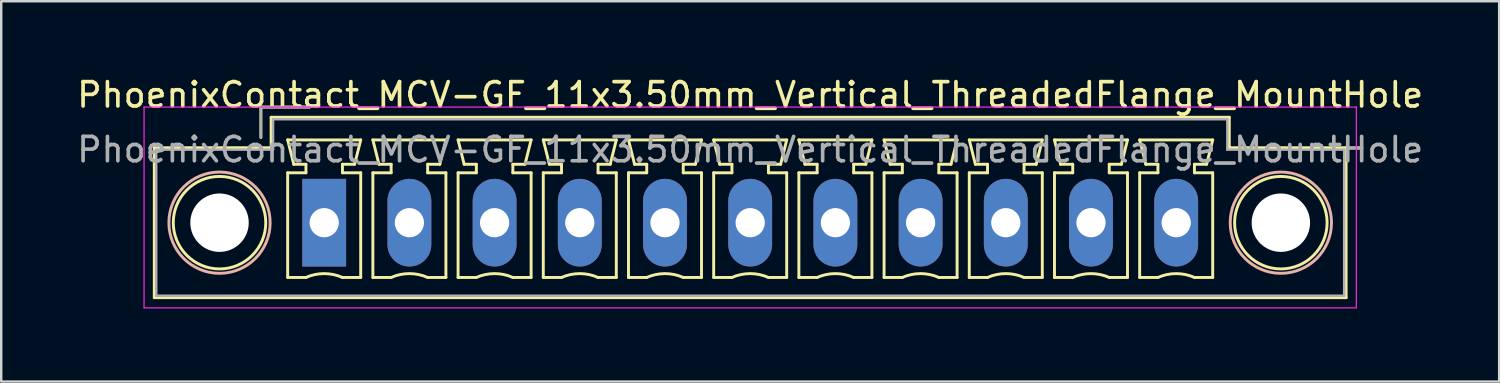
<source format=kicad_pcb>
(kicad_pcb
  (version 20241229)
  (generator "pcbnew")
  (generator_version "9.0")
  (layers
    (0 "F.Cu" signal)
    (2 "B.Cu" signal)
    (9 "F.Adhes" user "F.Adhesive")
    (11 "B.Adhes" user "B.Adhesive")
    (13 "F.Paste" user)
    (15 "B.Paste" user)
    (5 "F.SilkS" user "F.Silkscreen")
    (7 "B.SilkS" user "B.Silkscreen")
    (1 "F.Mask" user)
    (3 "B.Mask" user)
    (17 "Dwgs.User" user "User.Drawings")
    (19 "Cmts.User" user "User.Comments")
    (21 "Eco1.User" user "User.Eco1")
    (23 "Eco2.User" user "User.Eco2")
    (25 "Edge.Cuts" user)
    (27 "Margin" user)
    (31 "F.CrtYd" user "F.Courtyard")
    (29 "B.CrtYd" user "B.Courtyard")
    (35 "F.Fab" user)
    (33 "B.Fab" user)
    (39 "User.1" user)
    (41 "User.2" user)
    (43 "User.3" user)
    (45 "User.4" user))
  (footprint "PhoenixContact_MCV-GF_11x3.50mm_Vertical_ThreadedFlange_MountHole"
    (layer "F.Cu")
    (at 10.268 6.098)
    (property "Reference" "PhoenixContact_MCV-GF_11x3.50mm_Vertical_ThreadedFlange_MountHole" (at 17.5 -5.25 0) (layer "F.SilkS") (effects (font (size 1 1) (thickness 0.15))))
    (attr through_hole)
    (fp_line (start -6.98 -3.08) (end -6.98 3.08) (stroke (width 0.12) (type solid)) (layer "F.SilkS"))
    (fp_line (start -6.98 3.08) (end 41.98 3.08) (stroke (width 0.12) (type solid)) (layer "F.SilkS"))
    (fp_line (start -2.6 -4.75) (end -0.6 -4.75) (stroke (width 0.12) (type solid)) (layer "F.SilkS"))
    (fp_line (start -2.6 -3.5) (end -2.6 -4.75) (stroke (width 0.12) (type solid)) (layer "F.SilkS"))
    (fp_line (start -2.18 -4.33) (end -2.18 -3.08) (stroke (width 0.12) (type solid)) (layer "F.SilkS"))
    (fp_line (start -2.18 -3.08) (end -6.98 -3.08) (stroke (width 0.12) (type solid)) (layer "F.SilkS"))
    (fp_line (start -1.5 -3.4) (end 1.5 -3.4) (stroke (width 0.12) (type solid)) (layer "F.SilkS"))
    (fp_line (start -1.5 -2.05) (end -0.75 -2.05) (stroke (width 0.12) (type solid)) (layer "F.SilkS"))
    (fp_line (start -1.5 2.25) (end -1.5 -2.05) (stroke (width 0.12) (type solid)) (layer "F.SilkS"))
    (fp_line (start -1.25 -2.4) (end -1.5 -3.4) (stroke (width 0.12) (type solid)) (layer "F.SilkS"))
    (fp_line (start -0.75 -2.4) (end -1.25 -2.4) (stroke (width 0.12) (type solid)) (layer "F.SilkS"))
    (fp_line (start -0.75 -2.05) (end -0.75 -2.4) (stroke (width 0.12) (type solid)) (layer "F.SilkS"))
    (fp_line (start -0.75 2.25) (end -1.5 2.25) (stroke (width 0.12) (type solid)) (layer "F.SilkS"))
    (fp_line (start 0.75 -2.4) (end 0.75 -2.05) (stroke (width 0.12) (type solid)) (layer "F.SilkS"))
    (fp_line (start 0.75 -2.05) (end 1.5 -2.05) (stroke (width 0.12) (type solid)) (layer "F.SilkS"))
    (fp_line (start 1.25 -2.4) (end 0.75 -2.4) (stroke (width 0.12) (type solid)) (layer "F.SilkS"))
    (fp_line (start 1.5 -3.4) (end 1.25 -2.4) (stroke (width 0.12) (type solid)) (layer "F.SilkS"))
    (fp_line (start 1.5 -2.05) (end 1.5 2.25) (stroke (width 0.12) (type solid)) (layer "F.SilkS"))
    (fp_line (start 1.5 2.25) (end 0.75 2.25) (stroke (width 0.12) (type solid)) (layer "F.SilkS"))
    (fp_line (start 2 -3.4) (end 5 -3.4) (stroke (width 0.12) (type solid)) (layer "F.SilkS"))
    (fp_line (start 2 -2.05) (end 2.75 -2.05) (stroke (width 0.12) (type solid)) (layer "F.SilkS"))
    (fp_line (start 2 2.25) (end 2 -2.05) (stroke (width 0.12) (type solid)) (layer "F.SilkS"))
    (fp_line (start 2.25 -2.4) (end 2 -3.4) (stroke (width 0.12) (type solid)) (layer "F.SilkS"))
    (fp_line (start 2.75 -2.4) (end 2.25 -2.4) (stroke (width 0.12) (type solid)) (layer "F.SilkS"))
    (fp_line (start 2.75 -2.05) (end 2.75 -2.4) (stroke (width 0.12) (type solid)) (layer "F.SilkS"))
    (fp_line (start 2.75 2.25) (end 2 2.25) (stroke (width 0.12) (type solid)) (layer "F.SilkS"))
    (fp_line (start 4.25 -2.4) (end 4.25 -2.05) (stroke (width 0.12) (type solid)) (layer "F.SilkS"))
    (fp_line (start 4.25 -2.05) (end 5 -2.05) (stroke (width 0.12) (type solid)) (layer "F.SilkS"))
    (fp_line (start 4.75 -2.4) (end 4.25 -2.4) (stroke (width 0.12) (type solid)) (layer "F.SilkS"))
    (fp_line (start 5 -3.4) (end 4.75 -2.4) (stroke (width 0.12) (type solid)) (layer "F.SilkS"))
    (fp_line (start 5 -2.05) (end 5 2.25) (stroke (width 0.12) (type solid)) (layer "F.SilkS"))
    (fp_line (start 5 2.25) (end 4.25 2.25) (stroke (width 0.12) (type solid)) (layer "F.SilkS"))
    (fp_line (start 5.5 -3.4) (end 8.5 -3.4) (stroke (width 0.12) (type solid)) (layer "F.SilkS"))
    (fp_line (start 5.5 -2.05) (end 6.25 -2.05) (stroke (width 0.12) (type solid)) (layer "F.SilkS"))
    (fp_line (start 5.5 2.25) (end 5.5 -2.05) (stroke (width 0.12) (type solid)) (layer "F.SilkS"))
    (fp_line (start 5.75 -2.4) (end 5.5 -3.4) (stroke (width 0.12) (type solid)) (layer "F.SilkS"))
    (fp_line (start 6.25 -2.4) (end 5.75 -2.4) (stroke (width 0.12) (type solid)) (layer "F.SilkS"))
    (fp_line (start 6.25 -2.05) (end 6.25 -2.4) (stroke (width 0.12) (type solid)) (layer "F.SilkS"))
    (fp_line (start 6.25 2.25) (end 5.5 2.25) (stroke (width 0.12) (type solid)) (layer "F.SilkS"))
    (fp_line (start 7.75 -2.4) (end 7.75 -2.05) (stroke (width 0.12) (type solid)) (layer "F.SilkS"))
    (fp_line (start 7.75 -2.05) (end 8.5 -2.05) (stroke (width 0.12) (type solid)) (layer "F.SilkS"))
    (fp_line (start 8.25 -2.4) (end 7.75 -2.4) (stroke (width 0.12) (type solid)) (layer "F.SilkS"))
    (fp_line (start 8.5 -3.4) (end 8.25 -2.4) (stroke (width 0.12) (type solid)) (layer "F.SilkS"))
    (fp_line (start 8.5 -2.05) (end 8.5 2.25) (stroke (width 0.12) (type solid)) (layer "F.SilkS"))
    (fp_line (start 8.5 2.25) (end 7.75 2.25) (stroke (width 0.12) (type solid)) (layer "F.SilkS"))
    (fp_line (start 9 -3.4) (end 12 -3.4) (stroke (width 0.12) (type solid)) (layer "F.SilkS"))
    (fp_line (start 9 -2.05) (end 9.75 -2.05) (stroke (width 0.12) (type solid)) (layer "F.SilkS"))
    (fp_line (start 9 2.25) (end 9 -2.05) (stroke (width 0.12) (type solid)) (layer "F.SilkS"))
    (fp_line (start 9.25 -2.4) (end 9 -3.4) (stroke (width 0.12) (type solid)) (layer "F.SilkS"))
    (fp_line (start 9.75 -2.4) (end 9.25 -2.4) (stroke (width 0.12) (type solid)) (layer "F.SilkS"))
    (fp_line (start 9.75 -2.05) (end 9.75 -2.4) (stroke (width 0.12) (type solid)) (layer "F.SilkS"))
    (fp_line (start 9.75 2.25) (end 9 2.25) (stroke (width 0.12) (type solid)) (layer "F.SilkS"))
    (fp_line (start 11.25 -2.4) (end 11.25 -2.05) (stroke (width 0.12) (type solid)) (layer "F.SilkS"))
    (fp_line (start 11.25 -2.05) (end 12 -2.05) (stroke (width 0.12) (type solid)) (layer "F.SilkS"))
    (fp_line (start 11.75 -2.4) (end 11.25 -2.4) (stroke (width 0.12) (type solid)) (layer "F.SilkS"))
    (fp_line (start 12 -3.4) (end 11.75 -2.4) (stroke (width 0.12) (type solid)) (layer "F.SilkS"))
    (fp_line (start 12 -2.05) (end 12 2.25) (stroke (width 0.12) (type solid)) (layer "F.SilkS"))
    (fp_line (start 12 2.25) (end 11.25 2.25) (stroke (width 0.12) (type solid)) (layer "F.SilkS"))
    (fp_line (start 12.5 -3.4) (end 15.5 -3.4) (stroke (width 0.12) (type solid)) (layer "F.SilkS"))
    (fp_line (start 12.5 -2.05) (end 13.25 -2.05) (stroke (width 0.12) (type solid)) (layer "F.SilkS"))
    (fp_line (start 12.5 2.25) (end 12.5 -2.05) (stroke (width 0.12) (type solid)) (layer "F.SilkS"))
    (fp_line (start 12.75 -2.4) (end 12.5 -3.4) (stroke (width 0.12) (type solid)) (layer "F.SilkS"))
    (fp_line (start 13.25 -2.4) (end 12.75 -2.4) (stroke (width 0.12) (type solid)) (layer "F.SilkS"))
    (fp_line (start 13.25 -2.05) (end 13.25 -2.4) (stroke (width 0.12) (type solid)) (layer "F.SilkS"))
    (fp_line (start 13.25 2.25) (end 12.5 2.25) (stroke (width 0.12) (type solid)) (layer "F.SilkS"))
    (fp_line (start 14.75 -2.4) (end 14.75 -2.05) (stroke (width 0.12) (type solid)) (layer "F.SilkS"))
    (fp_line (start 14.75 -2.05) (end 15.5 -2.05) (stroke (width 0.12) (type solid)) (layer "F.SilkS"))
    (fp_line (start 15.25 -2.4) (end 14.75 -2.4) (stroke (width 0.12) (type solid)) (layer "F.SilkS"))
    (fp_line (start 15.5 -3.4) (end 15.25 -2.4) (stroke (width 0.12) (type solid)) (layer "F.SilkS"))
    (fp_line (start 15.5 -2.05) (end 15.5 2.25) (stroke (width 0.12) (type solid)) (layer "F.SilkS"))
    (fp_line (start 15.5 2.25) (end 14.75 2.25) (stroke (width 0.12) (type solid)) (layer "F.SilkS"))
    (fp_line (start 16 -3.4) (end 19 -3.4) (stroke (width 0.12) (type solid)) (layer "F.SilkS"))
    (fp_line (start 16 -2.05) (end 16.75 -2.05) (stroke (width 0.12) (type solid)) (layer "F.SilkS"))
    (fp_line (start 16 2.25) (end 16 -2.05) (stroke (width 0.12) (type solid)) (layer "F.SilkS"))
    (fp_line (start 16.25 -2.4) (end 16 -3.4) (stroke (width 0.12) (type solid)) (layer "F.SilkS"))
    (fp_line (start 16.75 -2.4) (end 16.25 -2.4) (stroke (width 0.12) (type solid)) (layer "F.SilkS"))
    (fp_line (start 16.75 -2.05) (end 16.75 -2.4) (stroke (width 0.12) (type solid)) (layer "F.SilkS"))
    (fp_line (start 16.75 2.25) (end 16 2.25) (stroke (width 0.12) (type solid)) (layer "F.SilkS"))
    (fp_line (start 18.25 -2.4) (end 18.25 -2.05) (stroke (width 0.12) (type solid)) (layer "F.SilkS"))
    (fp_line (start 18.25 -2.05) (end 19 -2.05) (stroke (width 0.12) (type solid)) (layer "F.SilkS"))
    (fp_line (start 18.75 -2.4) (end 18.25 -2.4) (stroke (width 0.12) (type solid)) (layer "F.SilkS"))
    (fp_line (start 19 -3.4) (end 18.75 -2.4) (stroke (width 0.12) (type solid)) (layer "F.SilkS"))
    (fp_line (start 19 -2.05) (end 19 2.25) (stroke (width 0.12) (type solid)) (layer "F.SilkS"))
    (fp_line (start 19 2.25) (end 18.25 2.25) (stroke (width 0.12) (type solid)) (layer "F.SilkS"))
    (fp_line (start 19.5 -3.4) (end 22.5 -3.4) (stroke (width 0.12) (type solid)) (layer "F.SilkS"))
    (fp_line (start 19.5 -2.05) (end 20.25 -2.05) (stroke (width 0.12) (type solid)) (layer "F.SilkS"))
    (fp_line (start 19.5 2.25) (end 19.5 -2.05) (stroke (width 0.12) (type solid)) (layer "F.SilkS"))
    (fp_line (start 19.75 -2.4) (end 19.5 -3.4) (stroke (width 0.12) (type solid)) (layer "F.SilkS"))
    (fp_line (start 20.25 -2.4) (end 19.75 -2.4) (stroke (width 0.12) (type solid)) (layer "F.SilkS"))
    (fp_line (start 20.25 -2.05) (end 20.25 -2.4) (stroke (width 0.12) (type solid)) (layer "F.SilkS"))
    (fp_line (start 20.25 2.25) (end 19.5 2.25) (stroke (width 0.12) (type solid)) (layer "F.SilkS"))
    (fp_line (start 21.75 -2.4) (end 21.75 -2.05) (stroke (width 0.12) (type solid)) (layer "F.SilkS"))
    (fp_line (start 21.75 -2.05) (end 22.5 -2.05) (stroke (width 0.12) (type solid)) (layer "F.SilkS"))
    (fp_line (start 22.25 -2.4) (end 21.75 -2.4) (stroke (width 0.12) (type solid)) (layer "F.SilkS"))
    (fp_line (start 22.5 -3.4) (end 22.25 -2.4) (stroke (width 0.12) (type solid)) (layer "F.SilkS"))
    (fp_line (start 22.5 -2.05) (end 22.5 2.25) (stroke (width 0.12) (type solid)) (layer "F.SilkS"))
    (fp_line (start 22.5 2.25) (end 21.75 2.25) (stroke (width 0.12) (type solid)) (layer "F.SilkS"))
    (fp_line (start 23 -3.4) (end 26 -3.4) (stroke (width 0.12) (type solid)) (layer "F.SilkS"))
    (fp_line (start 23 -2.05) (end 23.75 -2.05) (stroke (width 0.12) (type solid)) (layer "F.SilkS"))
    (fp_line (start 23 2.25) (end 23 -2.05) (stroke (width 0.12) (type solid)) (layer "F.SilkS"))
    (fp_line (start 23.25 -2.4) (end 23 -3.4) (stroke (width 0.12) (type solid)) (layer "F.SilkS"))
    (fp_line (start 23.75 -2.4) (end 23.25 -2.4) (stroke (width 0.12) (type solid)) (layer "F.SilkS"))
    (fp_line (start 23.75 -2.05) (end 23.75 -2.4) (stroke (width 0.12) (type solid)) (layer "F.SilkS"))
    (fp_line (start 23.75 2.25) (end 23 2.25) (stroke (width 0.12) (type solid)) (layer "F.SilkS"))
    (fp_line (start 25.25 -2.4) (end 25.25 -2.05) (stroke (width 0.12) (type solid)) (layer "F.SilkS"))
    (fp_line (start 25.25 -2.05) (end 26 -2.05) (stroke (width 0.12) (type solid)) (layer "F.SilkS"))
    (fp_line (start 25.75 -2.4) (end 25.25 -2.4) (stroke (width 0.12) (type solid)) (layer "F.SilkS"))
    (fp_line (start 26 -3.4) (end 25.75 -2.4) (stroke (width 0.12) (type solid)) (layer "F.SilkS"))
    (fp_line (start 26 -2.05) (end 26 2.25) (stroke (width 0.12) (type solid)) (layer "F.SilkS"))
    (fp_line (start 26 2.25) (end 25.25 2.25) (stroke (width 0.12) (type solid)) (layer "F.SilkS"))
    (fp_line (start 26.5 -3.4) (end 29.5 -3.4) (stroke (width 0.12) (type solid)) (layer "F.SilkS"))
    (fp_line (start 26.5 -2.05) (end 27.25 -2.05) (stroke (width 0.12) (type solid)) (layer "F.SilkS"))
    (fp_line (start 26.5 2.25) (end 26.5 -2.05) (stroke (width 0.12) (type solid)) (layer "F.SilkS"))
    (fp_line (start 26.75 -2.4) (end 26.5 -3.4) (stroke (width 0.12) (type solid)) (layer "F.SilkS"))
    (fp_line (start 27.25 -2.4) (end 26.75 -2.4) (stroke (width 0.12) (type solid)) (layer "F.SilkS"))
    (fp_line (start 27.25 -2.05) (end 27.25 -2.4) (stroke (width 0.12) (type solid)) (layer "F.SilkS"))
    (fp_line (start 27.25 2.25) (end 26.5 2.25) (stroke (width 0.12) (type solid)) (layer "F.SilkS"))
    (fp_line (start 28.75 -2.4) (end 28.75 -2.05) (stroke (width 0.12) (type solid)) (layer "F.SilkS"))
    (fp_line (start 28.75 -2.05) (end 29.5 -2.05) (stroke (width 0.12) (type solid)) (layer "F.SilkS"))
    (fp_line (start 29.25 -2.4) (end 28.75 -2.4) (stroke (width 0.12) (type solid)) (layer "F.SilkS"))
    (fp_line (start 29.5 -3.4) (end 29.25 -2.4) (stroke (width 0.12) (type solid)) (layer "F.SilkS"))
    (fp_line (start 29.5 -2.05) (end 29.5 2.25) (stroke (width 0.12) (type solid)) (layer "F.SilkS"))
    (fp_line (start 29.5 2.25) (end 28.75 2.25) (stroke (width 0.12) (type solid)) (layer "F.SilkS"))
    (fp_line (start 30 -3.4) (end 33 -3.4) (stroke (width 0.12) (type solid)) (layer "F.SilkS"))
    (fp_line (start 30 -2.05) (end 30.75 -2.05) (stroke (width 0.12) (type solid)) (layer "F.SilkS"))
    (fp_line (start 30 2.25) (end 30 -2.05) (stroke (width 0.12) (type solid)) (layer "F.SilkS"))
    (fp_line (start 30.25 -2.4) (end 30 -3.4) (stroke (width 0.12) (type solid)) (layer "F.SilkS"))
    (fp_line (start 30.75 -2.4) (end 30.25 -2.4) (stroke (width 0.12) (type solid)) (layer "F.SilkS"))
    (fp_line (start 30.75 -2.05) (end 30.75 -2.4) (stroke (width 0.12) (type solid)) (layer "F.SilkS"))
    (fp_line (start 30.75 2.25) (end 30 2.25) (stroke (width 0.12) (type solid)) (layer "F.SilkS"))
    (fp_line (start 32.25 -2.4) (end 32.25 -2.05) (stroke (width 0.12) (type solid)) (layer "F.SilkS"))
    (fp_line (start 32.25 -2.05) (end 33 -2.05) (stroke (width 0.12) (type solid)) (layer "F.SilkS"))
    (fp_line (start 32.75 -2.4) (end 32.25 -2.4) (stroke (width 0.12) (type solid)) (layer "F.SilkS"))
    (fp_line (start 33 -3.4) (end 32.75 -2.4) (stroke (width 0.12) (type solid)) (layer "F.SilkS"))
    (fp_line (start 33 -2.05) (end 33 2.25) (stroke (width 0.12) (type solid)) (layer "F.SilkS"))
    (fp_line (start 33 2.25) (end 32.25 2.25) (stroke (width 0.12) (type solid)) (layer "F.SilkS"))
    (fp_line (start 33.5 -3.4) (end 36.5 -3.4) (stroke (width 0.12) (type solid)) (layer "F.SilkS"))
    (fp_line (start 33.5 -2.05) (end 34.25 -2.05) (stroke (width 0.12) (type solid)) (layer "F.SilkS"))
    (fp_line (start 33.5 2.25) (end 33.5 -2.05) (stroke (width 0.12) (type solid)) (layer "F.SilkS"))
    (fp_line (start 33.75 -2.4) (end 33.5 -3.4) (stroke (width 0.12) (type solid)) (layer "F.SilkS"))
    (fp_line (start 34.25 -2.4) (end 33.75 -2.4) (stroke (width 0.12) (type solid)) (layer "F.SilkS"))
    (fp_line (start 34.25 -2.05) (end 34.25 -2.4) (stroke (width 0.12) (type solid)) (layer "F.SilkS"))
    (fp_line (start 34.25 2.25) (end 33.5 2.25) (stroke (width 0.12) (type solid)) (layer "F.SilkS"))
    (fp_line (start 35.75 -2.4) (end 35.75 -2.05) (stroke (width 0.12) (type solid)) (layer "F.SilkS"))
    (fp_line (start 35.75 -2.05) (end 36.5 -2.05) (stroke (width 0.12) (type solid)) (layer "F.SilkS"))
    (fp_line (start 36.25 -2.4) (end 35.75 -2.4) (stroke (width 0.12) (type solid)) (layer "F.SilkS"))
    (fp_line (start 36.5 -3.4) (end 36.25 -2.4) (stroke (width 0.12) (type solid)) (layer "F.SilkS"))
    (fp_line (start 36.5 -2.05) (end 36.5 2.25) (stroke (width 0.12) (type solid)) (layer "F.SilkS"))
    (fp_line (start 36.5 2.25) (end 35.75 2.25) (stroke (width 0.12) (type solid)) (layer "F.SilkS"))
    (fp_line (start 37.18 -4.33) (end -2.18 -4.33) (stroke (width 0.12) (type solid)) (layer "F.SilkS"))
    (fp_line (start 37.18 -3.08) (end 37.18 -4.33) (stroke (width 0.12) (type solid)) (layer "F.SilkS"))
    (fp_line (start 41.98 -3.08) (end 37.18 -3.08) (stroke (width 0.12) (type solid)) (layer "F.SilkS"))
    (fp_line (start 41.98 3.08) (end 41.98 -3.08) (stroke (width 0.12) (type solid)) (layer "F.SilkS"))
    (fp_arc (start -0.75 2.25) (mid -0.000193 2.09191) (end 0.749647 2.249844) (stroke (width 0.12) (type solid)) (layer "F.SilkS"))
    (fp_arc (start 2.75 2.25) (mid 3.499807 2.09191) (end 4.249647 2.249844) (stroke (width 0.12) (type solid)) (layer "F.SilkS"))
    (fp_arc (start 6.25 2.25) (mid 6.999807 2.09191) (end 7.749647 2.249844) (stroke (width 0.12) (type solid)) (layer "F.SilkS"))
    (fp_arc (start 9.75 2.25) (mid 10.499807 2.09191) (end 11.249647 2.249844) (stroke (width 0.12) (type solid)) (layer "F.SilkS"))
    (fp_arc (start 13.25 2.25) (mid 13.999807 2.09191) (end 14.749647 2.249844) (stroke (width 0.12) (type solid)) (layer "F.SilkS"))
    (fp_arc (start 16.75 2.25) (mid 17.499807 2.09191) (end 18.249647 2.249844) (stroke (width 0.12) (type solid)) (layer "F.SilkS"))
    (fp_arc (start 20.25 2.25) (mid 20.999807 2.09191) (end 21.749647 2.249844) (stroke (width 0.12) (type solid)) (layer "F.SilkS"))
    (fp_arc (start 23.75 2.25) (mid 24.499807 2.09191) (end 25.249647 2.249844) (stroke (width 0.12) (type solid)) (layer "F.SilkS"))
    (fp_arc (start 27.25 2.25) (mid 27.999807 2.09191) (end 28.749647 2.249844) (stroke (width 0.12) (type solid)) (layer "F.SilkS"))
    (fp_arc (start 30.75 2.25) (mid 31.499807 2.09191) (end 32.249647 2.249844) (stroke (width 0.12) (type solid)) (layer "F.SilkS"))
    (fp_arc (start 34.25 2.25) (mid 34.999807 2.09191) (end 35.749647 2.249844) (stroke (width 0.12) (type solid)) (layer "F.SilkS"))
    (fp_circle (center -4.3 0) (end -2.4 0) (stroke (width 0.12) (type solid)) (fill no) (layer "F.SilkS"))
    (fp_circle (center 39.3 0) (end 41.2 0) (stroke (width 0.12) (type solid)) (fill no) (layer "F.SilkS"))
    (fp_circle (center -4.3 0) (end -2.22 0) (stroke (width 0.12) (type solid)) (fill no) (layer "B.SilkS"))
    (fp_circle (center 39.3 0) (end 41.38 0) (stroke (width 0.12) (type solid)) (fill no) (layer "B.SilkS"))
    (fp_line (start -7.4 -4.75) (end -7.4 3.5) (stroke (width 0.05) (type solid)) (layer "F.CrtYd"))
    (fp_line (start -7.4 3.5) (end 42.4 3.5) (stroke (width 0.05) (type solid)) (layer "F.CrtYd"))
    (fp_line (start 42.4 -4.75) (end -7.4 -4.75) (stroke (width 0.05) (type solid)) (layer "F.CrtYd"))
    (fp_line (start 42.4 3.5) (end 42.4 -4.75) (stroke (width 0.05) (type solid)) (layer "F.CrtYd"))
    (fp_line (start -6.9 -3) (end -6.9 3) (stroke (width 0.1) (type solid)) (layer "F.Fab"))
    (fp_line (start -6.9 3) (end 41.9 3) (stroke (width 0.1) (type solid)) (layer "F.Fab"))
    (fp_line (start -2.6 -4.75) (end -0.6 -4.75) (stroke (width 0.1) (type solid)) (layer "F.Fab"))
    (fp_line (start -2.6 -3.5) (end -2.6 -4.75) (stroke (width 0.1) (type solid)) (layer "F.Fab"))
    (fp_line (start -2.1 -4.25) (end -2.1 -3) (stroke (width 0.1) (type solid)) (layer "F.Fab"))
    (fp_line (start -2.1 -3) (end -6.9 -3) (stroke (width 0.1) (type solid)) (layer "F.Fab"))
    (fp_line (start 37.1 -4.25) (end -2.1 -4.25) (stroke (width 0.1) (type solid)) (layer "F.Fab"))
    (fp_line (start 37.1 -3) (end 37.1 -4.25) (stroke (width 0.1) (type solid)) (layer "F.Fab"))
    (fp_line (start 41.9 -3) (end 37.1 -3) (stroke (width 0.1) (type solid)) (layer "F.Fab"))
    (fp_line (start 41.9 3) (end 41.9 -3) (stroke (width 0.1) (type solid)) (layer "F.Fab"))
    (fp_text user "${REFERENCE}" (at 17.5 -3 0) (layer "F.Fab") (effects (font (size 1 1) (thickness 0.15))))
    (pad "" np_thru_hole circle (at -4.3 0) (size 2.4 2.4) (drill 2.4) (layers "*.Cu" "*.Mask"))
    (pad "" np_thru_hole circle (at 39.3 0) (size 2.4 2.4) (drill 2.4) (layers "*.Cu" "*.Mask"))
    (pad "1" thru_hole rect (at 0 0) (size 1.8 3.6) (drill 1.2) (layers "*.Cu" "*.Mask"))
    (pad "2" thru_hole oval (at 3.5 0) (size 1.8 3.6) (drill 1.2) (layers "*.Cu" "*.Mask"))
    (pad "3" thru_hole oval (at 7 0) (size 1.8 3.6) (drill 1.2) (layers "*.Cu" "*.Mask"))
    (pad "4" thru_hole oval (at 10.5 0) (size 1.8 3.6) (drill 1.2) (layers "*.Cu" "*.Mask"))
    (pad "5" thru_hole oval (at 14 0) (size 1.8 3.6) (drill 1.2) (layers "*.Cu" "*.Mask"))
    (pad "6" thru_hole oval (at 17.5 0) (size 1.8 3.6) (drill 1.2) (layers "*.Cu" "*.Mask"))
    (pad "7" thru_hole oval (at 21 0) (size 1.8 3.6) (drill 1.2) (layers "*.Cu" "*.Mask"))
    (pad "8" thru_hole oval (at 24.5 0) (size 1.8 3.6) (drill 1.2) (layers "*.Cu" "*.Mask"))
    (pad "9" thru_hole oval (at 28 0) (size 1.8 3.6) (drill 1.2) (layers "*.Cu" "*.Mask"))
    (pad "10" thru_hole oval (at 31.5 0) (size 1.8 3.6) (drill 1.2) (layers "*.Cu" "*.Mask"))
    (pad "11" thru_hole oval (at 35 0) (size 1.8 3.6) (drill 1.2) (layers "*.Cu" "*.Mask")))
  (gr_rect
    (start -3 -3)
    (end 58.536 12.623)
    (stroke (width 0.1) (type default))
    (fill no)
    (layer "Edge.Cuts")))
</source>
